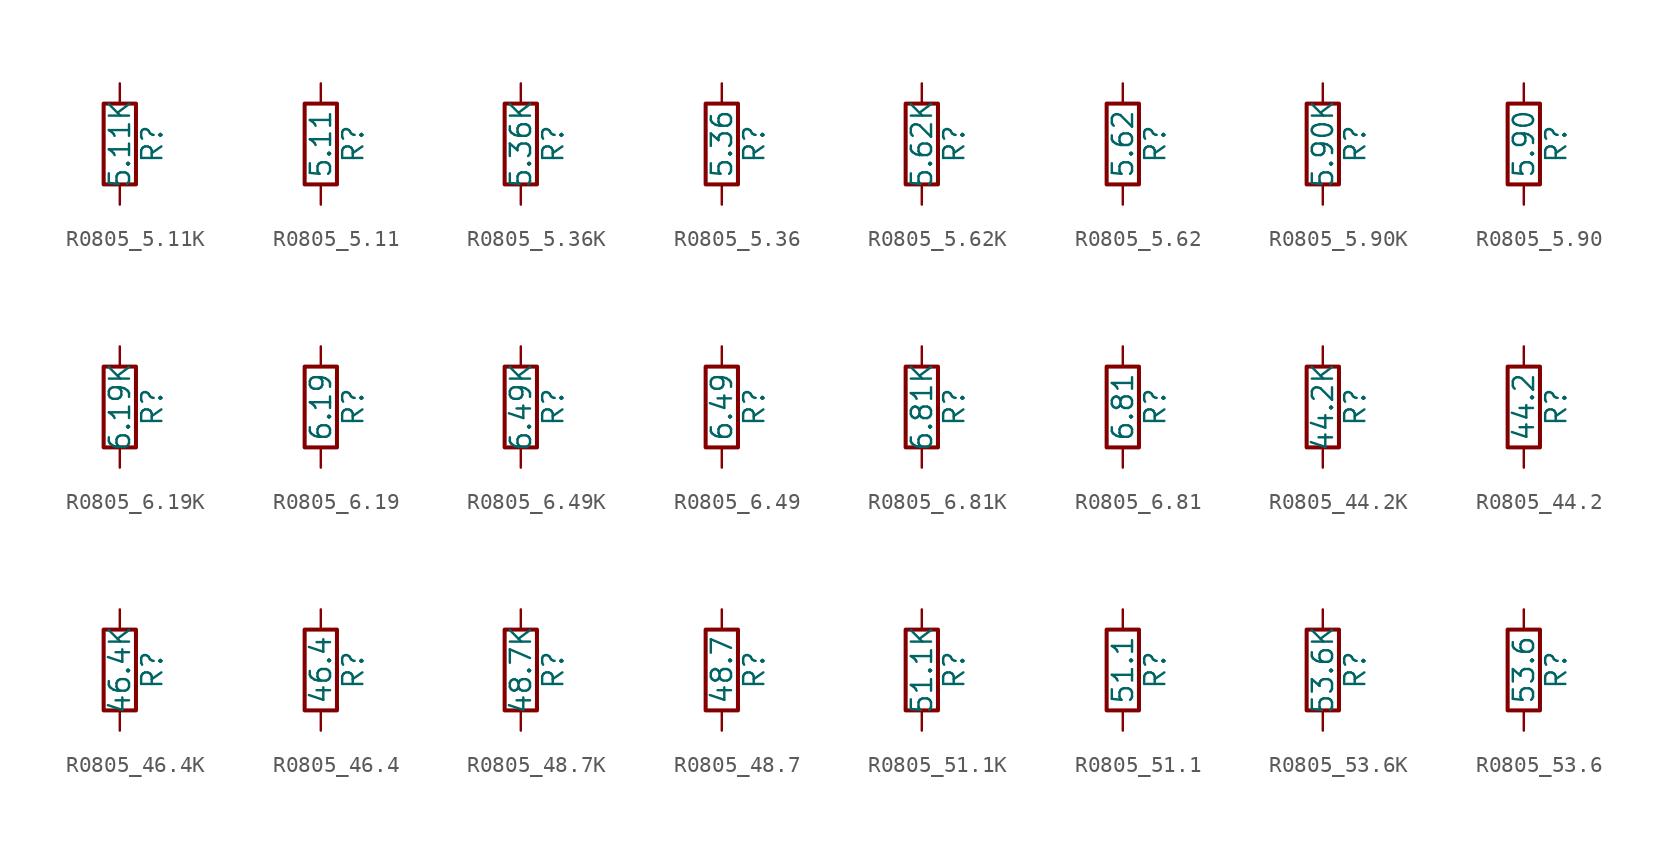
<source format=kicad_sym>
(kicad_symbol_lib
  (version 20211014)
  (generator atlantix-eda)
  (symbol "R0805_5.11K"
    (pin_numbers hide)
    (pin_names
      (offset 0))
    (property "Reference" "R"
      (at 2.032 0 90)
      (effects (font (size 1.27 1.27))))
    (property "Value" "5.11K"
      (at 0 0 90)
      (effects (font (size 1.27 1.27))))
    (symbol "R0805_5.11K_0_1"
      (rectangle (start -1.016 -2.54) (end 1.016 2.54) (stroke (width 0.254) (type default) (color 0 0 0 0)) (fill (type none))))
    (symbol "R0805_5.11K_1_1"
      (pin passive line (at 0 3.81 270) (length 1.27) (name "~" (effects (font (size 1.27 1.27)))) (number "1" (effects (font (size 1.27 1.27)))))
      (pin passive line (at 0 -3.81 90) (length 1.27) (name "~" (effects (font (size 1.27 1.27)))) (number "2" (effects (font (size 1.27 1.27)))))))
  (symbol "R0805_5.11"
    (pin_numbers hide)
    (pin_names
      (offset 0))
    (property "Reference" "R"
      (at 2.032 0 90)
      (effects (font (size 1.27 1.27))))
    (property "Value" "5.11"
      (at 0 0 90)
      (effects (font (size 1.27 1.27))))
    (symbol "R0805_5.11_0_1"
      (rectangle (start -1.016 -2.54) (end 1.016 2.54) (stroke (width 0.254) (type default) (color 0 0 0 0)) (fill (type none))))
    (symbol "R0805_5.11_1_1"
      (pin passive line (at 0 3.81 270) (length 1.27) (name "~" (effects (font (size 1.27 1.27)))) (number "1" (effects (font (size 1.27 1.27)))))
      (pin passive line (at 0 -3.81 90) (length 1.27) (name "~" (effects (font (size 1.27 1.27)))) (number "2" (effects (font (size 1.27 1.27)))))))
  (symbol "R0805_5.36K"
    (pin_numbers hide)
    (pin_names
      (offset 0))
    (property "Reference" "R"
      (at 2.032 0 90)
      (effects (font (size 1.27 1.27))))
    (property "Value" "5.36K"
      (at 0 0 90)
      (effects (font (size 1.27 1.27))))
    (symbol "R0805_5.36K_0_1"
      (rectangle (start -1.016 -2.54) (end 1.016 2.54) (stroke (width 0.254) (type default) (color 0 0 0 0)) (fill (type none))))
    (symbol "R0805_5.36K_1_1"
      (pin passive line (at 0 3.81 270) (length 1.27) (name "~" (effects (font (size 1.27 1.27)))) (number "1" (effects (font (size 1.27 1.27)))))
      (pin passive line (at 0 -3.81 90) (length 1.27) (name "~" (effects (font (size 1.27 1.27)))) (number "2" (effects (font (size 1.27 1.27)))))))
  (symbol "R0805_5.36"
    (pin_numbers hide)
    (pin_names
      (offset 0))
    (property "Reference" "R"
      (at 2.032 0 90)
      (effects (font (size 1.27 1.27))))
    (property "Value" "5.36"
      (at 0 0 90)
      (effects (font (size 1.27 1.27))))
    (symbol "R0805_5.36_0_1"
      (rectangle (start -1.016 -2.54) (end 1.016 2.54) (stroke (width 0.254) (type default) (color 0 0 0 0)) (fill (type none))))
    (symbol "R0805_5.36_1_1"
      (pin passive line (at 0 3.81 270) (length 1.27) (name "~" (effects (font (size 1.27 1.27)))) (number "1" (effects (font (size 1.27 1.27)))))
      (pin passive line (at 0 -3.81 90) (length 1.27) (name "~" (effects (font (size 1.27 1.27)))) (number "2" (effects (font (size 1.27 1.27)))))))
  (symbol "R0805_5.62K"
    (pin_numbers hide)
    (pin_names
      (offset 0))
    (property "Reference" "R"
      (at 2.032 0 90)
      (effects (font (size 1.27 1.27))))
    (property "Value" "5.62K"
      (at 0 0 90)
      (effects (font (size 1.27 1.27))))
    (symbol "R0805_5.62K_0_1"
      (rectangle (start -1.016 -2.54) (end 1.016 2.54) (stroke (width 0.254) (type default) (color 0 0 0 0)) (fill (type none))))
    (symbol "R0805_5.62K_1_1"
      (pin passive line (at 0 3.81 270) (length 1.27) (name "~" (effects (font (size 1.27 1.27)))) (number "1" (effects (font (size 1.27 1.27)))))
      (pin passive line (at 0 -3.81 90) (length 1.27) (name "~" (effects (font (size 1.27 1.27)))) (number "2" (effects (font (size 1.27 1.27)))))))
  (symbol "R0805_5.62"
    (pin_numbers hide)
    (pin_names
      (offset 0))
    (property "Reference" "R"
      (at 2.032 0 90)
      (effects (font (size 1.27 1.27))))
    (property "Value" "5.62"
      (at 0 0 90)
      (effects (font (size 1.27 1.27))))
    (symbol "R0805_5.62_0_1"
      (rectangle (start -1.016 -2.54) (end 1.016 2.54) (stroke (width 0.254) (type default) (color 0 0 0 0)) (fill (type none))))
    (symbol "R0805_5.62_1_1"
      (pin passive line (at 0 3.81 270) (length 1.27) (name "~" (effects (font (size 1.27 1.27)))) (number "1" (effects (font (size 1.27 1.27)))))
      (pin passive line (at 0 -3.81 90) (length 1.27) (name "~" (effects (font (size 1.27 1.27)))) (number "2" (effects (font (size 1.27 1.27)))))))
  (symbol "R0805_5.90K"
    (pin_numbers hide)
    (pin_names
      (offset 0))
    (property "Reference" "R"
      (at 2.032 0 90)
      (effects (font (size 1.27 1.27))))
    (property "Value" "5.90K"
      (at 0 0 90)
      (effects (font (size 1.27 1.27))))
    (symbol "R0805_5.90K_0_1"
      (rectangle (start -1.016 -2.54) (end 1.016 2.54) (stroke (width 0.254) (type default) (color 0 0 0 0)) (fill (type none))))
    (symbol "R0805_5.90K_1_1"
      (pin passive line (at 0 3.81 270) (length 1.27) (name "~" (effects (font (size 1.27 1.27)))) (number "1" (effects (font (size 1.27 1.27)))))
      (pin passive line (at 0 -3.81 90) (length 1.27) (name "~" (effects (font (size 1.27 1.27)))) (number "2" (effects (font (size 1.27 1.27)))))))
  (symbol "R0805_5.90"
    (pin_numbers hide)
    (pin_names
      (offset 0))
    (property "Reference" "R"
      (at 2.032 0 90)
      (effects (font (size 1.27 1.27))))
    (property "Value" "5.90"
      (at 0 0 90)
      (effects (font (size 1.27 1.27))))
    (symbol "R0805_5.90_0_1"
      (rectangle (start -1.016 -2.54) (end 1.016 2.54) (stroke (width 0.254) (type default) (color 0 0 0 0)) (fill (type none))))
    (symbol "R0805_5.90_1_1"
      (pin passive line (at 0 3.81 270) (length 1.27) (name "~" (effects (font (size 1.27 1.27)))) (number "1" (effects (font (size 1.27 1.27)))))
      (pin passive line (at 0 -3.81 90) (length 1.27) (name "~" (effects (font (size 1.27 1.27)))) (number "2" (effects (font (size 1.27 1.27)))))))
  (symbol "R0805_6.19K"
    (pin_numbers hide)
    (pin_names
      (offset 0))
    (property "Reference" "R"
      (at 2.032 0 90)
      (effects (font (size 1.27 1.27))))
    (property "Value" "6.19K"
      (at 0 0 90)
      (effects (font (size 1.27 1.27))))
    (symbol "R0805_6.19K_0_1"
      (rectangle (start -1.016 -2.54) (end 1.016 2.54) (stroke (width 0.254) (type default) (color 0 0 0 0)) (fill (type none))))
    (symbol "R0805_6.19K_1_1"
      (pin passive line (at 0 3.81 270) (length 1.27) (name "~" (effects (font (size 1.27 1.27)))) (number "1" (effects (font (size 1.27 1.27)))))
      (pin passive line (at 0 -3.81 90) (length 1.27) (name "~" (effects (font (size 1.27 1.27)))) (number "2" (effects (font (size 1.27 1.27)))))))
  (symbol "R0805_6.19"
    (pin_numbers hide)
    (pin_names
      (offset 0))
    (property "Reference" "R"
      (at 2.032 0 90)
      (effects (font (size 1.27 1.27))))
    (property "Value" "6.19"
      (at 0 0 90)
      (effects (font (size 1.27 1.27))))
    (symbol "R0805_6.19_0_1"
      (rectangle (start -1.016 -2.54) (end 1.016 2.54) (stroke (width 0.254) (type default) (color 0 0 0 0)) (fill (type none))))
    (symbol "R0805_6.19_1_1"
      (pin passive line (at 0 3.81 270) (length 1.27) (name "~" (effects (font (size 1.27 1.27)))) (number "1" (effects (font (size 1.27 1.27)))))
      (pin passive line (at 0 -3.81 90) (length 1.27) (name "~" (effects (font (size 1.27 1.27)))) (number "2" (effects (font (size 1.27 1.27)))))))
  (symbol "R0805_6.49K"
    (pin_numbers hide)
    (pin_names
      (offset 0))
    (property "Reference" "R"
      (at 2.032 0 90)
      (effects (font (size 1.27 1.27))))
    (property "Value" "6.49K"
      (at 0 0 90)
      (effects (font (size 1.27 1.27))))
    (symbol "R0805_6.49K_0_1"
      (rectangle (start -1.016 -2.54) (end 1.016 2.54) (stroke (width 0.254) (type default) (color 0 0 0 0)) (fill (type none))))
    (symbol "R0805_6.49K_1_1"
      (pin passive line (at 0 3.81 270) (length 1.27) (name "~" (effects (font (size 1.27 1.27)))) (number "1" (effects (font (size 1.27 1.27)))))
      (pin passive line (at 0 -3.81 90) (length 1.27) (name "~" (effects (font (size 1.27 1.27)))) (number "2" (effects (font (size 1.27 1.27)))))))
  (symbol "R0805_6.49"
    (pin_numbers hide)
    (pin_names
      (offset 0))
    (property "Reference" "R"
      (at 2.032 0 90)
      (effects (font (size 1.27 1.27))))
    (property "Value" "6.49"
      (at 0 0 90)
      (effects (font (size 1.27 1.27))))
    (symbol "R0805_6.49_0_1"
      (rectangle (start -1.016 -2.54) (end 1.016 2.54) (stroke (width 0.254) (type default) (color 0 0 0 0)) (fill (type none))))
    (symbol "R0805_6.49_1_1"
      (pin passive line (at 0 3.81 270) (length 1.27) (name "~" (effects (font (size 1.27 1.27)))) (number "1" (effects (font (size 1.27 1.27)))))
      (pin passive line (at 0 -3.81 90) (length 1.27) (name "~" (effects (font (size 1.27 1.27)))) (number "2" (effects (font (size 1.27 1.27)))))))
  (symbol "R0805_6.81K"
    (pin_numbers hide)
    (pin_names
      (offset 0))
    (property "Reference" "R"
      (at 2.032 0 90)
      (effects (font (size 1.27 1.27))))
    (property "Value" "6.81K"
      (at 0 0 90)
      (effects (font (size 1.27 1.27))))
    (symbol "R0805_6.81K_0_1"
      (rectangle (start -1.016 -2.54) (end 1.016 2.54) (stroke (width 0.254) (type default) (color 0 0 0 0)) (fill (type none))))
    (symbol "R0805_6.81K_1_1"
      (pin passive line (at 0 3.81 270) (length 1.27) (name "~" (effects (font (size 1.27 1.27)))) (number "1" (effects (font (size 1.27 1.27)))))
      (pin passive line (at 0 -3.81 90) (length 1.27) (name "~" (effects (font (size 1.27 1.27)))) (number "2" (effects (font (size 1.27 1.27)))))))
  (symbol "R0805_6.81"
    (pin_numbers hide)
    (pin_names
      (offset 0))
    (property "Reference" "R"
      (at 2.032 0 90)
      (effects (font (size 1.27 1.27))))
    (property "Value" "6.81"
      (at 0 0 90)
      (effects (font (size 1.27 1.27))))
    (symbol "R0805_6.81_0_1"
      (rectangle (start -1.016 -2.54) (end 1.016 2.54) (stroke (width 0.254) (type default) (color 0 0 0 0)) (fill (type none))))
    (symbol "R0805_6.81_1_1"
      (pin passive line (at 0 3.81 270) (length 1.27) (name "~" (effects (font (size 1.27 1.27)))) (number "1" (effects (font (size 1.27 1.27)))))
      (pin passive line (at 0 -3.81 90) (length 1.27) (name "~" (effects (font (size 1.27 1.27)))) (number "2" (effects (font (size 1.27 1.27)))))))
  (symbol "R0805_44.2K"
    (pin_numbers hide)
    (pin_names
      (offset 0))
    (property "Reference" "R"
      (at 2.032 0 90)
      (effects (font (size 1.27 1.27))))
    (property "Value" "44.2K"
      (at 0 0 90)
      (effects (font (size 1.27 1.27))))
    (symbol "R0805_44.2K_0_1"
      (rectangle (start -1.016 -2.54) (end 1.016 2.54) (stroke (width 0.254) (type default) (color 0 0 0 0)) (fill (type none))))
    (symbol "R0805_44.2K_1_1"
      (pin passive line (at 0 3.81 270) (length 1.27) (name "~" (effects (font (size 1.27 1.27)))) (number "1" (effects (font (size 1.27 1.27)))))
      (pin passive line (at 0 -3.81 90) (length 1.27) (name "~" (effects (font (size 1.27 1.27)))) (number "2" (effects (font (size 1.27 1.27)))))))
  (symbol "R0805_44.2"
    (pin_numbers hide)
    (pin_names
      (offset 0))
    (property "Reference" "R"
      (at 2.032 0 90)
      (effects (font (size 1.27 1.27))))
    (property "Value" "44.2"
      (at 0 0 90)
      (effects (font (size 1.27 1.27))))
    (symbol "R0805_44.2_0_1"
      (rectangle (start -1.016 -2.54) (end 1.016 2.54) (stroke (width 0.254) (type default) (color 0 0 0 0)) (fill (type none))))
    (symbol "R0805_44.2_1_1"
      (pin passive line (at 0 3.81 270) (length 1.27) (name "~" (effects (font (size 1.27 1.27)))) (number "1" (effects (font (size 1.27 1.27)))))
      (pin passive line (at 0 -3.81 90) (length 1.27) (name "~" (effects (font (size 1.27 1.27)))) (number "2" (effects (font (size 1.27 1.27)))))))
  (symbol "R0805_46.4K"
    (pin_numbers hide)
    (pin_names
      (offset 0))
    (property "Reference" "R"
      (at 2.032 0 90)
      (effects (font (size 1.27 1.27))))
    (property "Value" "46.4K"
      (at 0 0 90)
      (effects (font (size 1.27 1.27))))
    (symbol "R0805_46.4K_0_1"
      (rectangle (start -1.016 -2.54) (end 1.016 2.54) (stroke (width 0.254) (type default) (color 0 0 0 0)) (fill (type none))))
    (symbol "R0805_46.4K_1_1"
      (pin passive line (at 0 3.81 270) (length 1.27) (name "~" (effects (font (size 1.27 1.27)))) (number "1" (effects (font (size 1.27 1.27)))))
      (pin passive line (at 0 -3.81 90) (length 1.27) (name "~" (effects (font (size 1.27 1.27)))) (number "2" (effects (font (size 1.27 1.27)))))))
  (symbol "R0805_46.4"
    (pin_numbers hide)
    (pin_names
      (offset 0))
    (property "Reference" "R"
      (at 2.032 0 90)
      (effects (font (size 1.27 1.27))))
    (property "Value" "46.4"
      (at 0 0 90)
      (effects (font (size 1.27 1.27))))
    (symbol "R0805_46.4_0_1"
      (rectangle (start -1.016 -2.54) (end 1.016 2.54) (stroke (width 0.254) (type default) (color 0 0 0 0)) (fill (type none))))
    (symbol "R0805_46.4_1_1"
      (pin passive line (at 0 3.81 270) (length 1.27) (name "~" (effects (font (size 1.27 1.27)))) (number "1" (effects (font (size 1.27 1.27)))))
      (pin passive line (at 0 -3.81 90) (length 1.27) (name "~" (effects (font (size 1.27 1.27)))) (number "2" (effects (font (size 1.27 1.27)))))))
  (symbol "R0805_48.7K"
    (pin_numbers hide)
    (pin_names
      (offset 0))
    (property "Reference" "R"
      (at 2.032 0 90)
      (effects (font (size 1.27 1.27))))
    (property "Value" "48.7K"
      (at 0 0 90)
      (effects (font (size 1.27 1.27))))
    (symbol "R0805_48.7K_0_1"
      (rectangle (start -1.016 -2.54) (end 1.016 2.54) (stroke (width 0.254) (type default) (color 0 0 0 0)) (fill (type none))))
    (symbol "R0805_48.7K_1_1"
      (pin passive line (at 0 3.81 270) (length 1.27) (name "~" (effects (font (size 1.27 1.27)))) (number "1" (effects (font (size 1.27 1.27)))))
      (pin passive line (at 0 -3.81 90) (length 1.27) (name "~" (effects (font (size 1.27 1.27)))) (number "2" (effects (font (size 1.27 1.27)))))))
  (symbol "R0805_48.7"
    (pin_numbers hide)
    (pin_names
      (offset 0))
    (property "Reference" "R"
      (at 2.032 0 90)
      (effects (font (size 1.27 1.27))))
    (property "Value" "48.7"
      (at 0 0 90)
      (effects (font (size 1.27 1.27))))
    (symbol "R0805_48.7_0_1"
      (rectangle (start -1.016 -2.54) (end 1.016 2.54) (stroke (width 0.254) (type default) (color 0 0 0 0)) (fill (type none))))
    (symbol "R0805_48.7_1_1"
      (pin passive line (at 0 3.81 270) (length 1.27) (name "~" (effects (font (size 1.27 1.27)))) (number "1" (effects (font (size 1.27 1.27)))))
      (pin passive line (at 0 -3.81 90) (length 1.27) (name "~" (effects (font (size 1.27 1.27)))) (number "2" (effects (font (size 1.27 1.27)))))))
  (symbol "R0805_51.1K"
    (pin_numbers hide)
    (pin_names
      (offset 0))
    (property "Reference" "R"
      (at 2.032 0 90)
      (effects (font (size 1.27 1.27))))
    (property "Value" "51.1K"
      (at 0 0 90)
      (effects (font (size 1.27 1.27))))
    (symbol "R0805_51.1K_0_1"
      (rectangle (start -1.016 -2.54) (end 1.016 2.54) (stroke (width 0.254) (type default) (color 0 0 0 0)) (fill (type none))))
    (symbol "R0805_51.1K_1_1"
      (pin passive line (at 0 3.81 270) (length 1.27) (name "~" (effects (font (size 1.27 1.27)))) (number "1" (effects (font (size 1.27 1.27)))))
      (pin passive line (at 0 -3.81 90) (length 1.27) (name "~" (effects (font (size 1.27 1.27)))) (number "2" (effects (font (size 1.27 1.27)))))))
  (symbol "R0805_51.1"
    (pin_numbers hide)
    (pin_names
      (offset 0))
    (property "Reference" "R"
      (at 2.032 0 90)
      (effects (font (size 1.27 1.27))))
    (property "Value" "51.1"
      (at 0 0 90)
      (effects (font (size 1.27 1.27))))
    (symbol "R0805_51.1_0_1"
      (rectangle (start -1.016 -2.54) (end 1.016 2.54) (stroke (width 0.254) (type default) (color 0 0 0 0)) (fill (type none))))
    (symbol "R0805_51.1_1_1"
      (pin passive line (at 0 3.81 270) (length 1.27) (name "~" (effects (font (size 1.27 1.27)))) (number "1" (effects (font (size 1.27 1.27)))))
      (pin passive line (at 0 -3.81 90) (length 1.27) (name "~" (effects (font (size 1.27 1.27)))) (number "2" (effects (font (size 1.27 1.27)))))))
  (symbol "R0805_53.6K"
    (pin_numbers hide)
    (pin_names
      (offset 0))
    (property "Reference" "R"
      (at 2.032 0 90)
      (effects (font (size 1.27 1.27))))
    (property "Value" "53.6K"
      (at 0 0 90)
      (effects (font (size 1.27 1.27))))
    (symbol "R0805_53.6K_0_1"
      (rectangle (start -1.016 -2.54) (end 1.016 2.54) (stroke (width 0.254) (type default) (color 0 0 0 0)) (fill (type none))))
    (symbol "R0805_53.6K_1_1"
      (pin passive line (at 0 3.81 270) (length 1.27) (name "~" (effects (font (size 1.27 1.27)))) (number "1" (effects (font (size 1.27 1.27)))))
      (pin passive line (at 0 -3.81 90) (length 1.27) (name "~" (effects (font (size 1.27 1.27)))) (number "2" (effects (font (size 1.27 1.27)))))))
  (symbol "R0805_53.6"
    (pin_numbers hide)
    (pin_names
      (offset 0))
    (property "Reference" "R"
      (at 2.032 0 90)
      (effects (font (size 1.27 1.27))))
    (property "Value" "53.6"
      (at 0 0 90)
      (effects (font (size 1.27 1.27))))
    (symbol "R0805_53.6_0_1"
      (rectangle (start -1.016 -2.54) (end 1.016 2.54) (stroke (width 0.254) (type default) (color 0 0 0 0)) (fill (type none))))
    (symbol "R0805_53.6_1_1"
      (pin passive line (at 0 3.81 270) (length 1.27) (name "~" (effects (font (size 1.27 1.27)))) (number "1" (effects (font (size 1.27 1.27)))))
      (pin passive line (at 0 -3.81 90) (length 1.27) (name "~" (effects (font (size 1.27 1.27)))) (number "2" (effects (font (size 1.27 1.27))))))))
</source>
